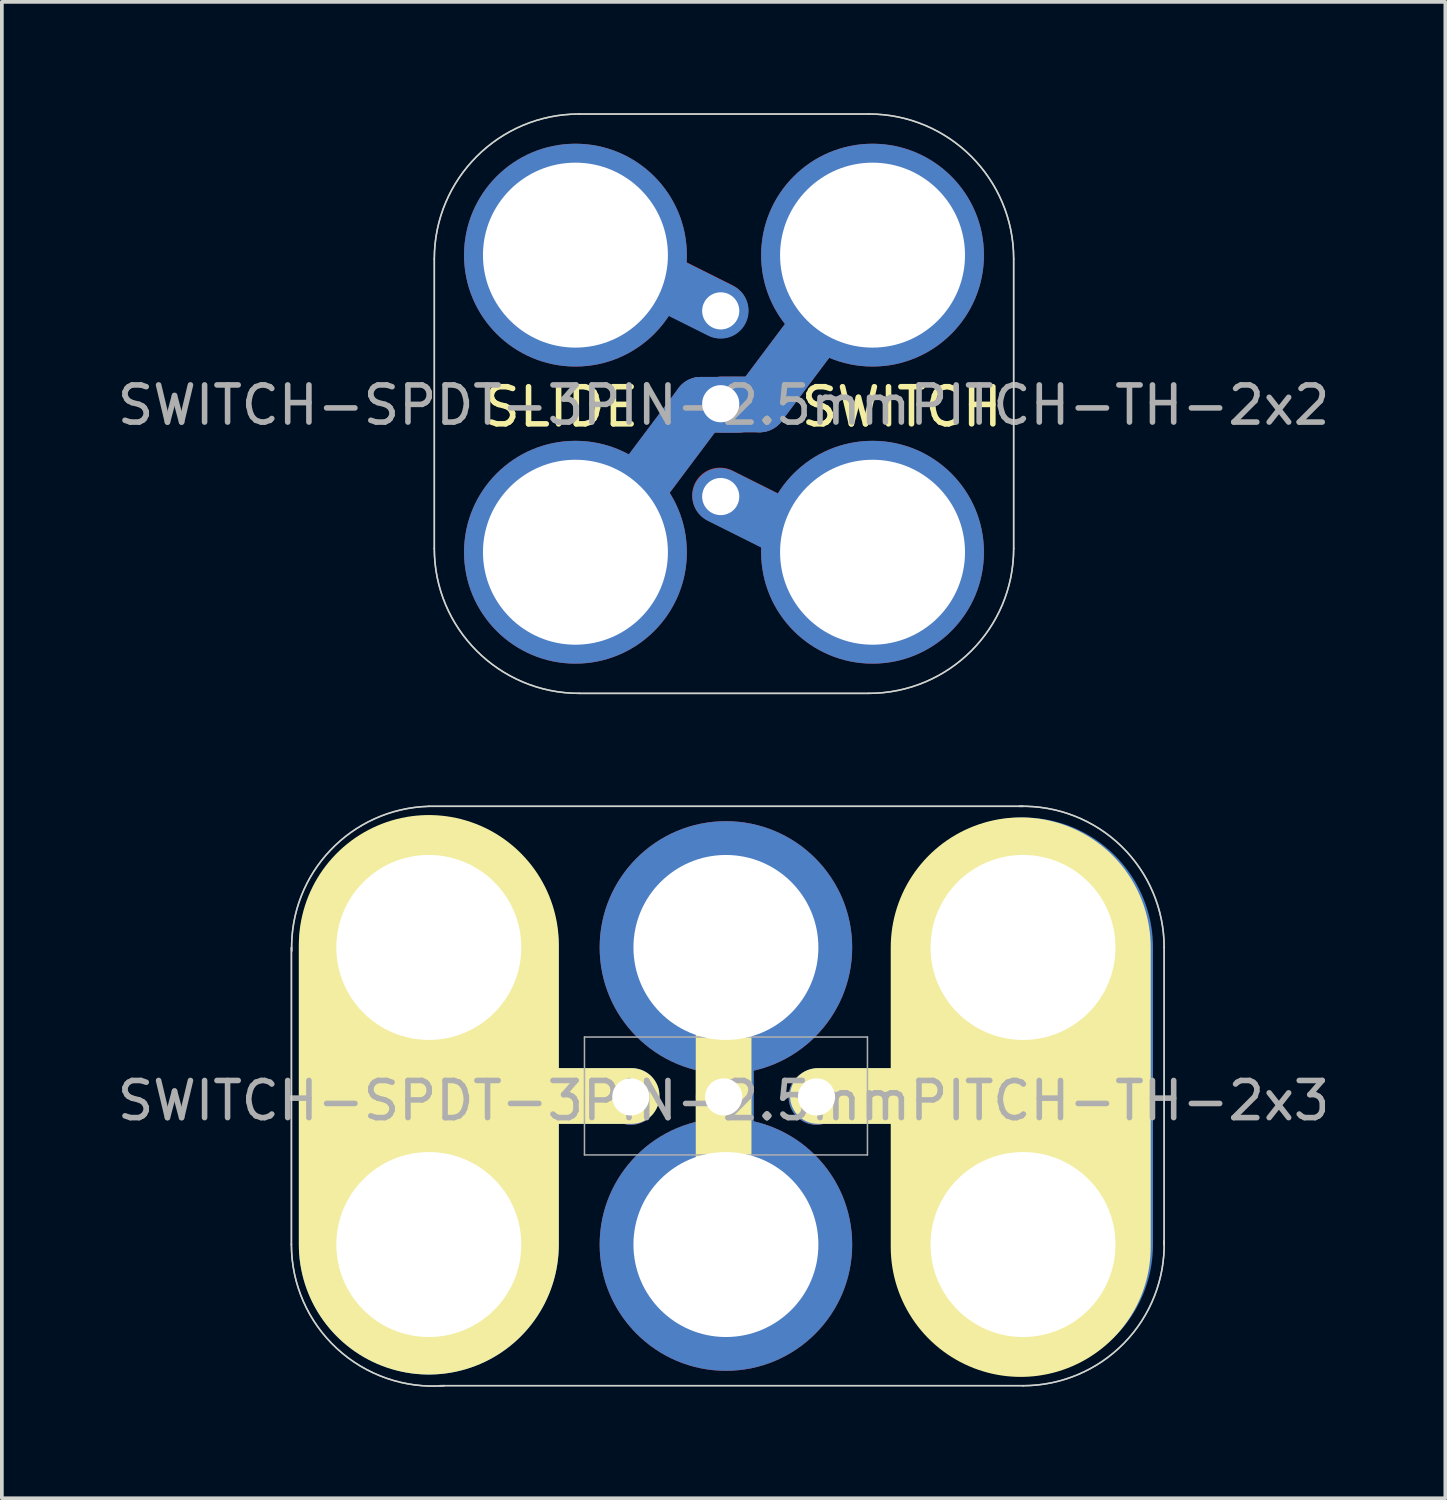
<source format=kicad_pcb>
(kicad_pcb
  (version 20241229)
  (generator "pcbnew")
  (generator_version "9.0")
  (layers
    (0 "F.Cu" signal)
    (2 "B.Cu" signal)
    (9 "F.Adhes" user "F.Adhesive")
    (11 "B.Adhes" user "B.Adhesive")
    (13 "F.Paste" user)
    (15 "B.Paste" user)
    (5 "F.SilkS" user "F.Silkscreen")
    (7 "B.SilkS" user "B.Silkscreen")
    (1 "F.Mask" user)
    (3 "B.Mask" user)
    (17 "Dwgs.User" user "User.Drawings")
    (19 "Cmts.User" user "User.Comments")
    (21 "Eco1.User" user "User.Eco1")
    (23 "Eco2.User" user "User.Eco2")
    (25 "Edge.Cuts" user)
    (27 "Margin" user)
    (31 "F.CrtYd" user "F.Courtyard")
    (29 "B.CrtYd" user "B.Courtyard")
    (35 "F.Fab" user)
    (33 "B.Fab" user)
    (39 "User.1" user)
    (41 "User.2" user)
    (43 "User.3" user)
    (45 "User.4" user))
  (footprint "SWITCH-SPDT-3PIN-2.5mmPITCH-TH-2x2"
    (layer "F.Cu")
    (at 12.445 11.82)
    (property "Reference" "SWITCH-SPDT-3PIN-2.5mmPITCH-TH-2x2" (at 3.99 -3.96 0) (layer "F.Fab") (effects (font (size 1 1) (thickness 0.15))))
    (attr through_hole)
    (fp_line (start 3.377 -3.97) (end 0.377 0.03) (stroke (width 1.5) (type solid)) (layer "F.Cu"))
    (fp_line (start 3.903 -6.513) (end -0.097 -8.513) (stroke (width 1.5) (type solid)) (layer "F.Cu"))
    (fp_line (start 3.954 -3.98) (end 4.954 -3.98) (stroke (width 1.5) (type solid)) (layer "F.Cu"))
    (fp_line (start 4.377 -3.97) (end 3.377 -3.97) (stroke (width 1.5) (type solid)) (layer "F.Cu"))
    (fp_line (start 4.954 -3.98) (end 7.954 -7.98) (stroke (width 1.5) (type solid)) (layer "F.Cu"))
    (fp_line (start 7.891 0.472) (end 3.891 -1.528) (stroke (width 1.5) (type solid)) (layer "F.Cu"))
    (fp_line (start 3.377 -3.97) (end 0.377 0.03) (stroke (width 1.5) (type solid)) (layer "F.Mask"))
    (fp_line (start 3.903 -6.513) (end -0.097 -8.513) (stroke (width 1.5) (type solid)) (layer "F.Mask"))
    (fp_line (start 3.954 -3.98) (end 4.954 -3.98) (stroke (width 1.5) (type solid)) (layer "F.Mask"))
    (fp_line (start 4.377 -3.97) (end 3.377 -3.97) (stroke (width 1.5) (type solid)) (layer "F.Mask"))
    (fp_line (start 4.954 -3.98) (end 7.954 -7.98) (stroke (width 1.5) (type solid)) (layer "F.Mask"))
    (fp_line (start 7.891 0.472) (end 3.891 -1.528) (stroke (width 1.5) (type solid)) (layer "F.Mask"))
    (fp_line (start 3.377 -3.97) (end 0.377 0.03) (stroke (width 1.5) (type solid)) (layer "B.Cu"))
    (fp_line (start 3.912 -6.502) (end -0.088 -8.502) (stroke (width 1.5) (type solid)) (layer "B.Cu"))
    (fp_line (start 3.954 -3.98) (end 4.954 -3.98) (stroke (width 1.5) (type solid)) (layer "B.Cu"))
    (fp_line (start 4.377 -3.97) (end 3.377 -3.97) (stroke (width 1.5) (type solid)) (layer "B.Cu"))
    (fp_line (start 4.954 -3.98) (end 7.954 -7.98) (stroke (width 1.5) (type solid)) (layer "B.Cu"))
    (fp_line (start 7.899 0.483) (end 3.899 -1.517) (stroke (width 1.5) (type solid)) (layer "B.Cu"))
    (fp_line (start 3.377 -3.97) (end 0.377 0.03) (stroke (width 1.5) (type solid)) (layer "B.Mask"))
    (fp_line (start 3.903 -6.513) (end -0.097 -8.513) (stroke (width 1.5) (type solid)) (layer "B.Mask"))
    (fp_line (start 3.954 -3.98) (end 4.954 -3.98) (stroke (width 1.5) (type solid)) (layer "B.Mask"))
    (fp_line (start 4.377 -3.97) (end 3.377 -3.97) (stroke (width 1.5) (type solid)) (layer "B.Mask"))
    (fp_line (start 4.954 -3.98) (end 7.954 -7.98) (stroke (width 1.5) (type solid)) (layer "B.Mask"))
    (fp_line (start 7.891 0.472) (end 3.891 -1.528) (stroke (width 1.5) (type solid)) (layer "B.Mask"))
    (fp_line (start -3.8 -0.1) (end -3.8 -7.9) (stroke (width 0.041) (type solid)) (layer "Edge.Cuts"))
    (fp_line (start 7.9 -11.8) (end 0.1 -11.8) (stroke (width 0.041) (type solid)) (layer "Edge.Cuts"))
    (fp_line (start 7.9 3.8) (end 0.1 3.8) (stroke (width 0.041) (type solid)) (layer "Edge.Cuts"))
    (fp_line (start 11.8 -0.1) (end 11.8 -7.9) (stroke (width 0.041) (type solid)) (layer "Edge.Cuts"))
    (fp_arc (start -3.8 -7.9) (mid -2.657716 -10.657716) (end 0.1 -11.8) (stroke (width 0.04064) (type solid)) (layer "Edge.Cuts"))
    (fp_arc (start 0.1 3.8) (mid -2.657716 2.657716) (end -3.8 -0.1) (stroke (width 0.04064) (type solid)) (layer "Edge.Cuts"))
    (fp_arc (start 7.9 -11.8) (mid 10.657716 -10.657716) (end 11.8 -7.9) (stroke (width 0.04064) (type solid)) (layer "Edge.Cuts"))
    (fp_arc (start 11.8 -0.1) (mid 10.657716 2.657716) (end 7.9 3.8) (stroke (width 0.04064) (type solid)) (layer "Edge.Cuts"))
    (fp_line (start -3.8 -0.1) (end -3.8 -7.9) (stroke (width 0.041) (type solid)) (layer "F.Fab"))
    (fp_line (start 7.9 -11.8) (end 0.1 -11.8) (stroke (width 0.041) (type solid)) (layer "F.Fab"))
    (fp_line (start 7.9 3.8) (end 0.1 3.8) (stroke (width 0.041) (type solid)) (layer "F.Fab"))
    (fp_line (start 11.8 -0.1) (end 11.8 -7.9) (stroke (width 0.041) (type solid)) (layer "F.Fab"))
    (fp_arc (start -3.8 -7.9) (mid -2.657716 -10.657716) (end 0.1 -11.8) (stroke (width 0.04064) (type solid)) (layer "F.Fab"))
    (fp_arc (start 0.1 3.8) (mid -2.657716 2.657716) (end -3.8 -0.1) (stroke (width 0.04064) (type solid)) (layer "F.Fab"))
    (fp_arc (start 7.9 -11.8) (mid 10.657716 -10.657716) (end 11.8 -7.9) (stroke (width 0.04064) (type solid)) (layer "F.Fab"))
    (fp_arc (start 11.8 -0.1) (mid 10.657716 2.657716) (end 7.9 3.8) (stroke (width 0.04064) (type solid)) (layer "F.Fab"))
    (fp_circle (center -0.031 -8.001) (end 1.239 -7.468) (stroke (width 0.2) (type solid)) (fill no) (layer "F.Fab"))
    (fp_circle (center -0.006 0) (end 1.264 0.533) (stroke (width 0.2) (type solid)) (fill no) (layer "F.Fab"))
    (fp_circle (center 7.97 0) (end 9.24 0.533) (stroke (width 0.2) (type solid)) (fill no) (layer "F.Fab"))
    (fp_circle (center 8.046 -7.925) (end 9.316 -7.391) (stroke (width 0.2) (type solid)) (fill no) (layer "F.Fab"))
    (fp_text user "SWITCH" (at 8.787 -3.912 0) (layer "F.SilkS") (effects (font (size 1 1) (thickness 0.15))))
    (fp_text user "SLIDE " (at -0.001 -3.912 0) (layer "F.SilkS") (effects (font (size 1 1) (thickness 0.15))))
    (fp_text user "2" (at 0 -0.076 0) (layer "F.Fab") (effects (font (size 1 1) (thickness 0.15))))
    (fp_text user "3" (at -0.025 -7.976 0) (layer "F.Fab") (effects (font (size 1 1) (thickness 0.15))))
    (fp_text user "2" (at 8.001 -7.874 0) (layer "F.Fab") (effects (font (size 1 1) (thickness 0.15))))
    (fp_text user "1" (at 8.026 -0.102 0) (layer "F.Fab") (effects (font (size 1 1) (thickness 0.15))))
    (pad "1" thru_hole circle (at 3.912 -1.499 270) (size 1.25 1.25) (drill 1) (layers "*.Cu" "*.Mask"))
    (pad "1" thru_hole circle (at 8 0) (size 6 6) (drill 4.98) (layers "*.Cu" "*.Mask"))
    (pad "2" thru_hole circle (at 0 0) (size 6 6) (drill 4.98) (layers "*.Cu" "*.Mask"))
    (pad "2" thru_hole circle (at 3.912 -3.999 270) (size 1.25 1.25) (drill 1) (layers "*.Cu" "*.Mask"))
    (pad "2" thru_hole circle (at 8 -8) (size 6 6) (drill 4.98) (layers "*.Cu" "*.Mask"))
    (pad "3" thru_hole circle (at 0 -8) (size 6 6) (drill 4.98) (layers "*.Cu" "*.Mask"))
    (pad "3" thru_hole circle (at 3.912 -6.499 270) (size 1.25 1.25) (drill 1) (layers "*.Cu" "*.Mask")))
  (footprint "SWITCH-SPDT-3PIN-2.5mmPITCH-TH-2x3"
    (layer "F.Cu")
    (at 8.497 30.462)
    (property "Reference" "SWITCH-SPDT-3PIN-2.5mmPITCH-TH-2x3" (at 7.938 -3.873 0) (layer "F.Fab") (effects (font (size 1 1) (thickness 0.15))))
    (attr through_hole)
    (fp_arc (start 5.1816 -7.7978) (mid 7.898785 -10.825864) (end 10.827713 -8.0021) (stroke (width 1.2) (type solid)) (layer "F.Mask"))
    (fp_arc (start 10.802313 -0.2297) (mid 8.085128 2.798364) (end 5.1562 -0.0254) (stroke (width 1.2) (type solid)) (layer "F.Mask"))
    (fp_line (start 0 -8) (end 0 0) (stroke (width 7) (type solid)) (layer "B.Cu"))
    (fp_line (start 5.461 -4) (end 0 -4) (stroke (width 1.5) (type solid)) (layer "B.Cu"))
    (fp_line (start 7.938 -6.604) (end 7.938 -1.143) (stroke (width 1.5) (type solid)) (layer "B.Cu"))
    (fp_line (start 8.001 -7.58) (end 8.001 -1.079) (stroke (width 1.5) (type solid)) (layer "B.Cu"))
    (fp_line (start 15.938 -4) (end 10.477 -4) (stroke (width 1.5) (type solid)) (layer "B.Cu"))
    (fp_line (start 16 -8) (end 16 0) (stroke (width 7) (type solid)) (layer "B.Cu"))
    (fp_line (start 0 -8) (end 0 0) (stroke (width 7) (type solid)) (layer "B.Mask"))
    (fp_line (start 16 -8) (end 16 0) (stroke (width 7) (type solid)) (layer "B.Mask"))
    (fp_arc (start 5.1816 -7.7978) (mid 7.899334 -10.825884) (end 10.827713 -8.001) (stroke (width 1.2) (type solid)) (layer "B.Mask"))
    (fp_arc (start 10.802313 -0.2032) (mid 8.084579 2.824884) (end 5.1562 0) (stroke (width 1.2) (type solid)) (layer "B.Mask"))
    (fp_line (start 0 -8.065) (end 0 0) (stroke (width 7) (type solid)) (layer "F.SilkS"))
    (fp_line (start 5.461 -4) (end 0 -4) (stroke (width 1.5) (type solid)) (layer "F.SilkS"))
    (fp_line (start 7.938 -8.191) (end 7.938 0) (stroke (width 1.5) (type solid)) (layer "F.SilkS"))
    (fp_line (start 10.477 -4) (end 15.938 -4) (stroke (width 1.5) (type solid)) (layer "F.SilkS"))
    (fp_line (start 15.938 0.064) (end 15.938 -8.001) (stroke (width 7) (type solid)) (layer "F.SilkS"))
    (fp_line (start -3.7 -8) (end -3.7 0) (stroke (width 0.041) (type solid)) (layer "Edge.Cuts"))
    (fp_line (start 16 -11.8) (end 0 -11.8) (stroke (width 0.041) (type solid)) (layer "Edge.Cuts"))
    (fp_line (start 16 3.8) (end 0.3 3.8) (stroke (width 0.041) (type solid)) (layer "Edge.Cuts"))
    (fp_line (start 19.8 -8) (end 19.8 0) (stroke (width 0.041) (type solid)) (layer "Edge.Cuts"))
    (fp_arc (start -3.693368 -7.90018) (mid -2.653367 -10.614068) (end 0 -11.8) (stroke (width 0.04064) (type solid)) (layer "Edge.Cuts"))
    (fp_arc (start 0.411824 3.8) (mid -2.475303 2.799424) (end -3.7 0) (stroke (width 0.04064) (type solid)) (layer "Edge.Cuts"))
    (fp_arc (start 15.898684 -11.8) (mid 18.651029 -10.723062) (end 19.8 -8) (stroke (width 0.04064) (type solid)) (layer "Edge.Cuts"))
    (fp_arc (start 19.8 -0.1) (mid 18.723062 2.652345) (end 16 3.801316) (stroke (width 0.04064) (type solid)) (layer "Edge.Cuts"))
    (fp_line (start -3.7 -8) (end -3.7 0) (stroke (width 0.041) (type solid)) (layer "F.Fab"))
    (fp_line (start 4.191 -5.588) (end 4.191 -2.413) (stroke (width 0.041) (type solid)) (layer "F.Fab"))
    (fp_line (start 4.191 -2.413) (end 11.811 -2.413) (stroke (width 0.041) (type solid)) (layer "F.Fab"))
    (fp_line (start 11.811 -5.588) (end 4.191 -5.588) (stroke (width 0.041) (type solid)) (layer "F.Fab"))
    (fp_line (start 11.811 -2.413) (end 11.811 -5.588) (stroke (width 0.041) (type solid)) (layer "F.Fab"))
    (fp_line (start 16 -11.8) (end 0 -11.8) (stroke (width 0.041) (type solid)) (layer "F.Fab"))
    (fp_line (start 16 3.8) (end 0.3 3.8) (stroke (width 0.041) (type solid)) (layer "F.Fab"))
    (fp_line (start 19.8 -8) (end 19.8 0) (stroke (width 0.041) (type solid)) (layer "F.Fab"))
    (fp_arc (start -3.693368 -7.90018) (mid -2.653367 -10.614068) (end 0 -11.8) (stroke (width 0.04064) (type solid)) (layer "F.Fab"))
    (fp_arc (start 0.411824 3.8) (mid -2.475303 2.799424) (end -3.7 0) (stroke (width 0.04064) (type solid)) (layer "F.Fab"))
    (fp_arc (start 15.898684 -11.8) (mid 18.651029 -10.723062) (end 19.8 -8) (stroke (width 0.04064) (type solid)) (layer "F.Fab"))
    (fp_arc (start 19.8 -0.1) (mid 18.723062 2.652345) (end 16 3.801316) (stroke (width 0.04064) (type solid)) (layer "F.Fab"))
    (pad "1" thru_hole circle (at 0 -8) (size 6.8 6.8) (drill 4.98) (layers "*.Cu" "*.Mask"))
    (pad "1" thru_hole circle (at 0 0) (size 6.8 6.8) (drill 4.98) (layers "*.Cu" "*.Mask"))
    (pad "1" thru_hole circle (at 5.439 -3.975) (size 1.5 1.5) (drill 1) (layers "*.Cu" "*.Mask"))
    (pad "2" thru_hole circle (at 7.939 -3.975) (size 1.5 1.5) (drill 1) (layers "*.Cu" "*.Mask"))
    (pad "2" thru_hole circle (at 8 -8) (size 6.8 6.8) (drill 4.98) (layers "*.Cu"))
    (pad "2" thru_hole circle (at 8 0) (size 6.8 6.8) (drill 4.98) (layers "*.Cu"))
    (pad "3" thru_hole circle (at 10.439 -3.975) (size 1.5 1.5) (drill 1) (layers "*.Cu" "*.Mask"))
    (pad "3" thru_hole circle (at 16 -8) (size 6.8 6.8) (drill 4.98) (layers "*.Cu" "*.Mask"))
    (pad "3" thru_hole circle (at 16 0) (size 6.8 6.8) (drill 4.98) (layers "*.Cu" "*.Mask")))
  (gr_rect
    (start -3 -3)
    (end 35.869 37.294)
    (stroke (width 0.1) (type default))
    (fill no)
    (layer "Edge.Cuts")))
</source>
